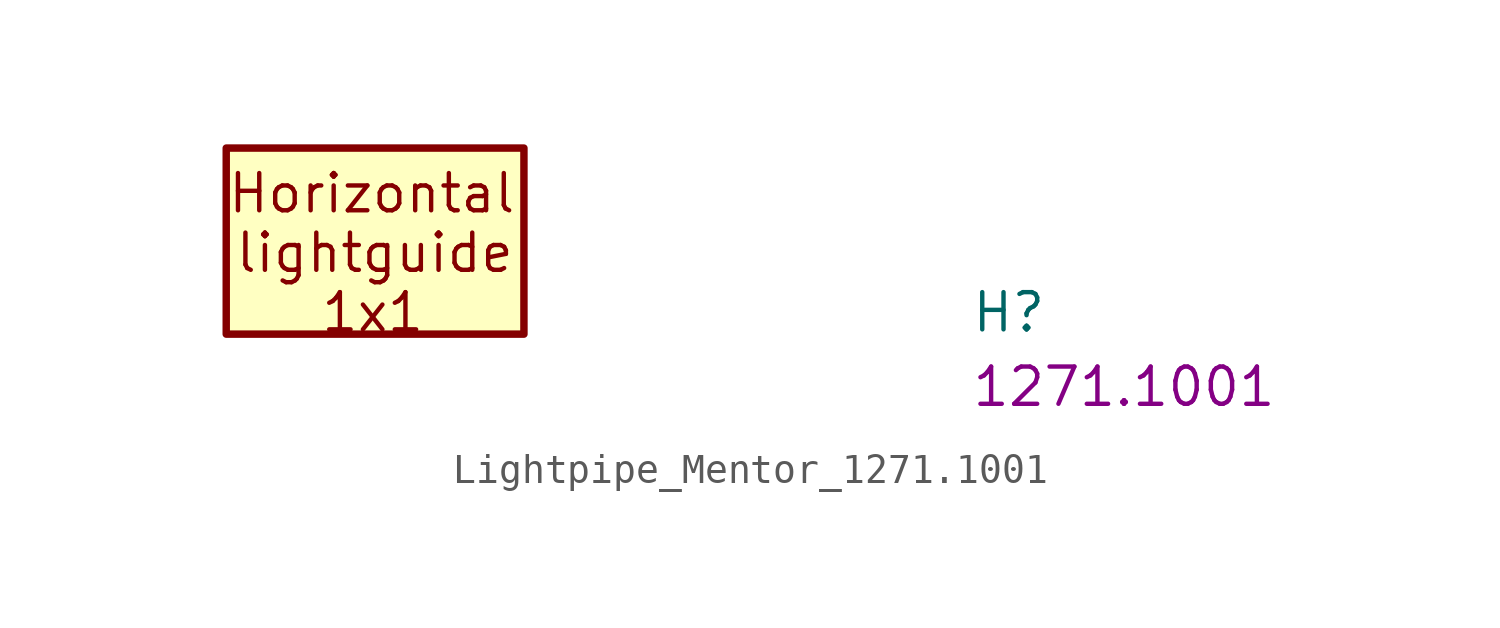
<source format=kicad_sym>
(kicad_symbol_lib
  (version 20220914)
  (generator kicad_symbol_editor)
  (symbol "Lightpipe_Mentor_1271.1001"
    (pin_names hide)
    (property "Reference" "H"
      (at 20.32 -2.54 0)
      (effects (font (size 1.27 1.27) (thickness 0.15)) (justify left bottom)))
    (property "MPN" "1271.1001"
      (at 20.32 -5.08 0)
      (effects (font (size 1.27 1.27) (thickness 0.15)) (justify left bottom)))
    (symbol "Lightpipe_Mentor_1271.1001_1_1"
      (rectangle (start 5.08 -2.54) (end -5.08 3.81) (stroke (width 0.254) (type default)) (fill (type background)))
      (text "1x1" (at -1.905 -2.54 0) (effects (font (size 1.27 1.27) (thickness 0.15)) (justify left bottom)))
      (text "Horizontal" (at -5.08 1.524 0) (effects (font (size 1.27 1.27) (thickness 0.15)) (justify left bottom)))
      (text "lightguide" (at -4.826 -0.508 0) (effects (font (size 1.27 1.27) (thickness 0.15)) (justify left bottom))))))
</source>
